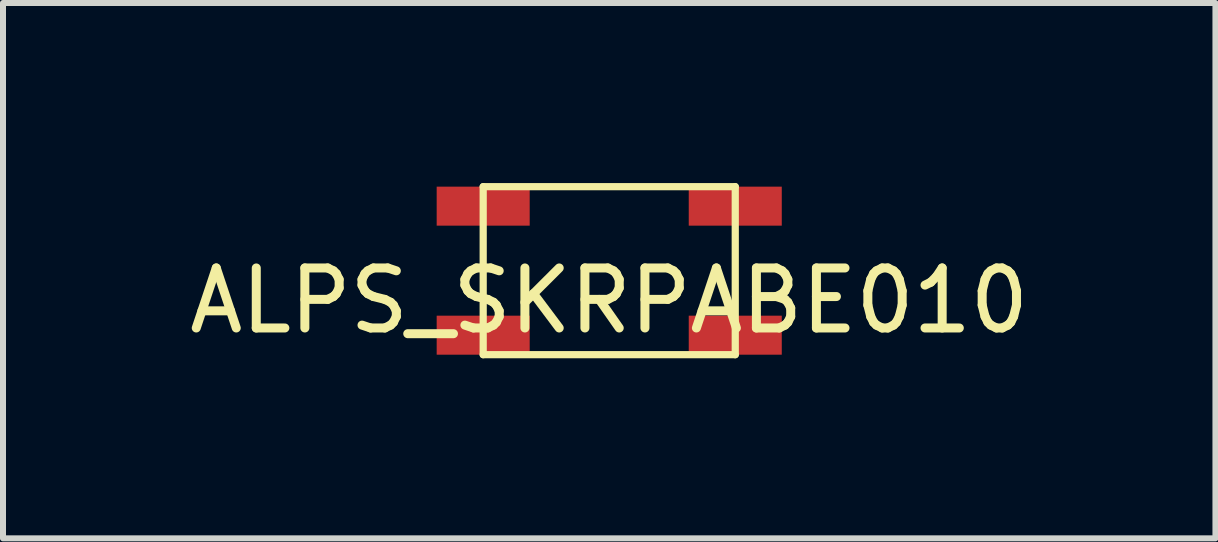
<source format=kicad_pcb>
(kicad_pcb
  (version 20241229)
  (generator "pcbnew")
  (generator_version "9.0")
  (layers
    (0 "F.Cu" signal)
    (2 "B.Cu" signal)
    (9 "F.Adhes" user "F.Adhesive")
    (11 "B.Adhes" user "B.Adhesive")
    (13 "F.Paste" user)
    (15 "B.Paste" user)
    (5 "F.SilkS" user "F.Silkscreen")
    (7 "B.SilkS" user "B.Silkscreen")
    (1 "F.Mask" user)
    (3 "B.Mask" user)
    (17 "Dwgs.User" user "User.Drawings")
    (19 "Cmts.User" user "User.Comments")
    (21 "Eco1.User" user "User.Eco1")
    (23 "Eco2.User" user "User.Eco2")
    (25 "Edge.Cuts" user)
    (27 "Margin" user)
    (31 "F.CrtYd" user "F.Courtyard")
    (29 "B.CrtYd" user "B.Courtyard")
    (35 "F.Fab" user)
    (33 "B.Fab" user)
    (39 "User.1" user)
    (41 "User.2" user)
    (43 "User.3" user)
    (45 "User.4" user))
  (footprint "ALPS_SKRPABE010"
    (layer "F.Cu")
    (at 7.101 1.46)
    (property "Reference" "ALPS_SKRPABE010" (at 0 0.5 0) (layer "F.SilkS") (effects (font (size 1 1) (thickness 0.15))))
    (attr through_hole)
    (fp_line (start -2.1 -1.4) (end 2.1 -1.4) (stroke (width 0.12) (type solid)) (layer "F.SilkS"))
    (fp_line (start -2.1 1.4) (end -2.1 -1.4) (stroke (width 0.12) (type solid)) (layer "F.SilkS"))
    (fp_line (start -2.1 1.4) (end 2.1 1.4) (stroke (width 0.12) (type solid)) (layer "F.SilkS"))
    (fp_line (start 2.1 -1.4) (end 2.1 1.4) (stroke (width 0.12) (type solid)) (layer "F.SilkS"))
    (pad "1" smd rect (at -2.1 -1.075) (size 1.55 0.65) (layers "F.Cu" "F.Mask" "F.Paste"))
    (pad "1" smd rect (at 2.1 -1.075) (size 1.55 0.65) (layers "F.Cu" "F.Mask" "F.Paste"))
    (pad "2" smd rect (at -2.1 1.075) (size 1.55 0.65) (layers "F.Cu" "F.Mask" "F.Paste"))
    (pad "2" smd rect (at 2.1 1.075) (size 1.55 0.65) (layers "F.Cu" "F.Mask" "F.Paste")))
  (gr_rect
    (start -3 -3)
    (end 17.202 5.92)
    (stroke (width 0.1) (type default))
    (fill no)
    (layer "Edge.Cuts")))
</source>
